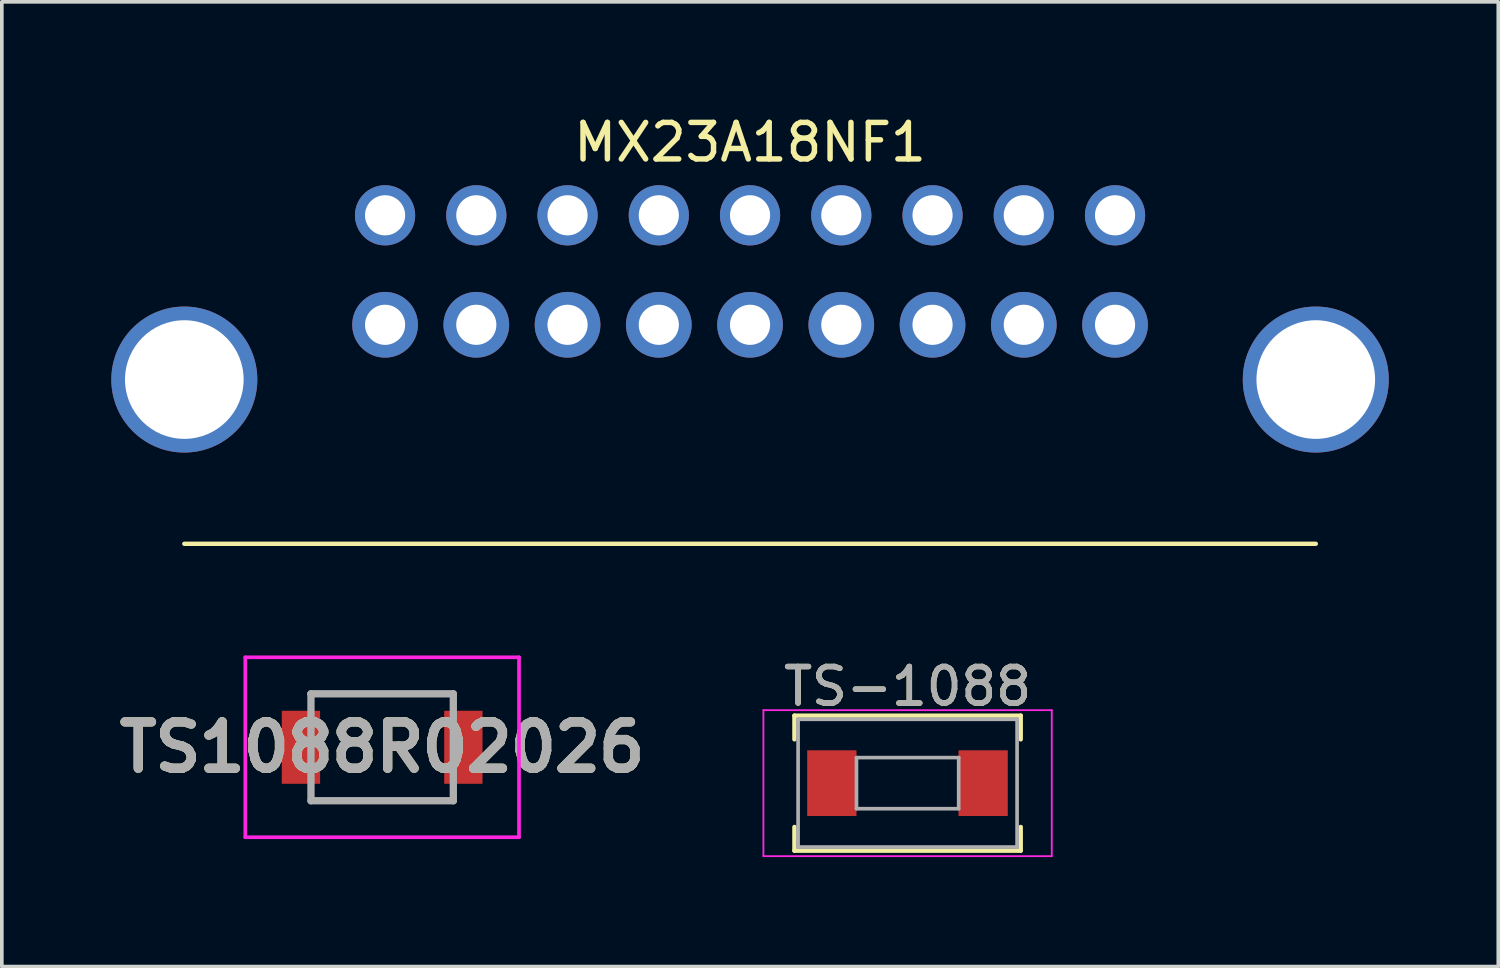
<source format=kicad_pcb>
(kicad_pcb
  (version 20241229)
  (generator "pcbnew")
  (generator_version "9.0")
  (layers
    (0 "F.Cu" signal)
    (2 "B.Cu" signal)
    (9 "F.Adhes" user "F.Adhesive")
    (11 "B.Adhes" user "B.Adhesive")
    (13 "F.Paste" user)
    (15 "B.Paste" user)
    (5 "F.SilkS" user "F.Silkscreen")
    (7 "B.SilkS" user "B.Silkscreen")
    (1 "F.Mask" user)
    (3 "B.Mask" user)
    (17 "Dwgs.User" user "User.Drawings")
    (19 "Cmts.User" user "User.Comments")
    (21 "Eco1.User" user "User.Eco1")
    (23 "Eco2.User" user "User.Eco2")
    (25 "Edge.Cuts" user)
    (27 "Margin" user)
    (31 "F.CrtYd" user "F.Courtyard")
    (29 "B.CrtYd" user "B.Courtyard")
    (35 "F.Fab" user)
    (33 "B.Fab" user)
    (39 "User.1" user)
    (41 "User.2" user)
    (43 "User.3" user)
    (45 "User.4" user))
  (footprint "MX23A18NF1"
    (layer "F.Cu")
    (at 17.5 5.849)
    (property "Reference" "MX23A18NF1" (at 0 -5 0) (layer "F.SilkS") (effects (font (size 1.001 1.001) (thickness 0.15))))
    (attr through_hole)
    (fp_line (start -15.5 6) (end 15.5 6) (stroke (width 0.12) (type solid)) (layer "F.SilkS"))
    (pad "" thru_hole circle (at -15.5 1.5) (size 4 4) (drill 3.25) (layers "*.Cu" "*.Mask"))
    (pad "" thru_hole circle (at 15.5 1.5) (size 4 4) (drill 3.25) (layers "*.Cu" "*.Mask"))
    (pad "1" thru_hole circle (at -10 0) (size 1.8 1.8) (drill 1.1) (layers "*.Cu" "*.Mask"))
    (pad "2" thru_hole circle (at -7.5 0) (size 1.8 1.8) (drill 1.1) (layers "*.Cu" "*.Mask"))
    (pad "3" thru_hole circle (at -5 0) (size 1.8 1.8) (drill 1.1) (layers "*.Cu" "*.Mask"))
    (pad "4" thru_hole circle (at -2.5 0) (size 1.8 1.8) (drill 1.1) (layers "*.Cu" "*.Mask"))
    (pad "5" thru_hole circle (at 0 0) (size 1.8 1.8) (drill 1.1) (layers "*.Cu" "*.Mask"))
    (pad "6" thru_hole circle (at 2.5 0) (size 1.8 1.8) (drill 1.1) (layers "*.Cu" "*.Mask"))
    (pad "7" thru_hole circle (at 5 0) (size 1.8 1.8) (drill 1.1) (layers "*.Cu" "*.Mask"))
    (pad "8" thru_hole circle (at 7.5 0) (size 1.8 1.8) (drill 1.1) (layers "*.Cu" "*.Mask"))
    (pad "9" thru_hole circle (at 10 0) (size 1.8 1.8) (drill 1.1) (layers "*.Cu" "*.Mask"))
    (pad "10" thru_hole circle (at 10 -3) (size 1.65 1.65) (drill 1.1) (layers "*.Cu" "*.Mask"))
    (pad "11" thru_hole circle (at 7.5 -3) (size 1.65 1.65) (drill 1.1) (layers "*.Cu" "*.Mask"))
    (pad "12" thru_hole circle (at 5 -3) (size 1.65 1.65) (drill 1.1) (layers "*.Cu" "*.Mask"))
    (pad "13" thru_hole circle (at 2.5 -3) (size 1.65 1.65) (drill 1.1) (layers "*.Cu" "*.Mask"))
    (pad "14" thru_hole circle (at 0 -3) (size 1.65 1.65) (drill 1.1) (layers "*.Cu" "*.Mask"))
    (pad "15" thru_hole circle (at -2.5 -3) (size 1.65 1.65) (drill 1.1) (layers "*.Cu" "*.Mask"))
    (pad "16" thru_hole circle (at -5 -3) (size 1.65 1.65) (drill 1.1) (layers "*.Cu" "*.Mask"))
    (pad "17" thru_hole circle (at -7.5 -3) (size 1.65 1.65) (drill 1.1) (layers "*.Cu" "*.Mask"))
    (pad "18" thru_hole circle (at -10 -3) (size 1.65 1.65) (drill 1.1) (layers "*.Cu" "*.Mask")))
  (footprint "TS1088R02026"
    (layer "F.Cu")
    (at 7.42 17.424)
    (property "Reference" "TS1088R02026" (at 0 0 0) (layer "F.SilkS") (effects (font (size 1.27 1.27) (thickness 0.254))))
    (attr smd)
    (fp_line (start -2 -1.465) (end 1.95 -1.465) (stroke (width 0.1) (type solid)) (layer "F.SilkS"))
    (fp_line (start -1.95 1.465) (end 2 1.465) (stroke (width 0.1) (type solid)) (layer "F.SilkS"))
    (fp_line (start -3.75 -2.465) (end 3.75 -2.465) (stroke (width 0.1) (type solid)) (layer "F.CrtYd"))
    (fp_line (start -3.75 2.465) (end -3.75 -2.465) (stroke (width 0.1) (type solid)) (layer "F.CrtYd"))
    (fp_line (start 3.75 -2.465) (end 3.75 2.465) (stroke (width 0.1) (type solid)) (layer "F.CrtYd"))
    (fp_line (start 3.75 2.465) (end -3.75 2.465) (stroke (width 0.1) (type solid)) (layer "F.CrtYd"))
    (fp_line (start -1.95 -1.465) (end 1.95 -1.465) (stroke (width 0.2) (type solid)) (layer "F.Fab"))
    (fp_line (start -1.95 1.465) (end -1.95 -1.465) (stroke (width 0.2) (type solid)) (layer "F.Fab"))
    (fp_line (start 1.95 -1.465) (end 1.95 1.465) (stroke (width 0.2) (type solid)) (layer "F.Fab"))
    (fp_line (start 1.95 1.465) (end -1.95 1.465) (stroke (width 0.2) (type solid)) (layer "F.Fab"))
    (fp_text user "${REFERENCE}" (at 0 0 0) (layer "F.Fab") (effects (font (size 1.27 1.27) (thickness 0.254))))
    (pad "1" smd rect (at -2.225 0) (size 1.05 2) (layers "F.Cu" "F.Mask" "F.Paste"))
    (pad "2" smd rect (at 2.225 0) (size 1.05 2) (layers "F.Cu" "F.Mask" "F.Paste")))
  (footprint "TS-1088"
    (layer "F.Cu")
    (at 21.816 18.407)
    (property "Reference" "TS-1088" (at 0 -2.65 0) (layer "F.SilkS") (effects (font (size 1 1) (thickness 0.15))))
    (attr smd)
    (fp_line (start -3.1 -1.85) (end -3.1 -1.2) (stroke (width 0.12) (type solid)) (layer "F.SilkS"))
    (fp_line (start -3.1 1.2) (end -3.1 1.85) (stroke (width 0.12) (type solid)) (layer "F.SilkS"))
    (fp_line (start -3.1 1.85) (end 3.1 1.85) (stroke (width 0.12) (type solid)) (layer "F.SilkS"))
    (fp_line (start 3.1 -1.85) (end -3.1 -1.85) (stroke (width 0.12) (type solid)) (layer "F.SilkS"))
    (fp_line (start 3.1 -1.85) (end 3.1 -1.2) (stroke (width 0.12) (type solid)) (layer "F.SilkS"))
    (fp_line (start 3.1 1.85) (end 3.1 1.2) (stroke (width 0.12) (type solid)) (layer "F.SilkS"))
    (fp_line (start -3.95 -2) (end 3.95 -2) (stroke (width 0.05) (type solid)) (layer "F.CrtYd"))
    (fp_line (start -3.95 2) (end -3.95 -2) (stroke (width 0.05) (type solid)) (layer "F.CrtYd"))
    (fp_line (start 3.95 -2) (end 3.95 2) (stroke (width 0.05) (type solid)) (layer "F.CrtYd"))
    (fp_line (start 3.95 2) (end -3.95 2) (stroke (width 0.05) (type solid)) (layer "F.CrtYd"))
    (fp_line (start -3 -1.75) (end 3 -1.75) (stroke (width 0.1) (type solid)) (layer "F.Fab"))
    (fp_line (start -3 1.75) (end -3 -1.75) (stroke (width 0.1) (type solid)) (layer "F.Fab"))
    (fp_line (start -1.4 -0.7) (end 1.4 -0.7) (stroke (width 0.1) (type solid)) (layer "F.Fab"))
    (fp_line (start -1.4 0.7) (end -1.4 -0.7) (stroke (width 0.1) (type solid)) (layer "F.Fab"))
    (fp_line (start 1.4 -0.7) (end 1.4 0.7) (stroke (width 0.1) (type solid)) (layer "F.Fab"))
    (fp_line (start 1.4 0.7) (end -1.4 0.7) (stroke (width 0.1) (type solid)) (layer "F.Fab"))
    (fp_line (start 3 -1.75) (end 3 1.75) (stroke (width 0.1) (type solid)) (layer "F.Fab"))
    (fp_line (start 3 1.75) (end -3 1.75) (stroke (width 0.1) (type solid)) (layer "F.Fab"))
    (fp_text user "${REFERENCE}" (at 0 -2.65 0) (layer "F.Fab") (effects (font (size 1 1) (thickness 0.15))))
    (pad "1" smd rect (at -2.075 0) (size 1.35 1.8) (layers "F.Cu" "F.Mask" "F.Paste"))
    (pad "2" smd rect (at 2.07 0) (size 1.35 1.8) (layers "F.Cu" "F.Mask" "F.Paste")))
  (gr_rect
    (start -3 -3)
    (end 38 23.432)
    (stroke (width 0.1) (type default))
    (fill no)
    (layer "Edge.Cuts")))
</source>
